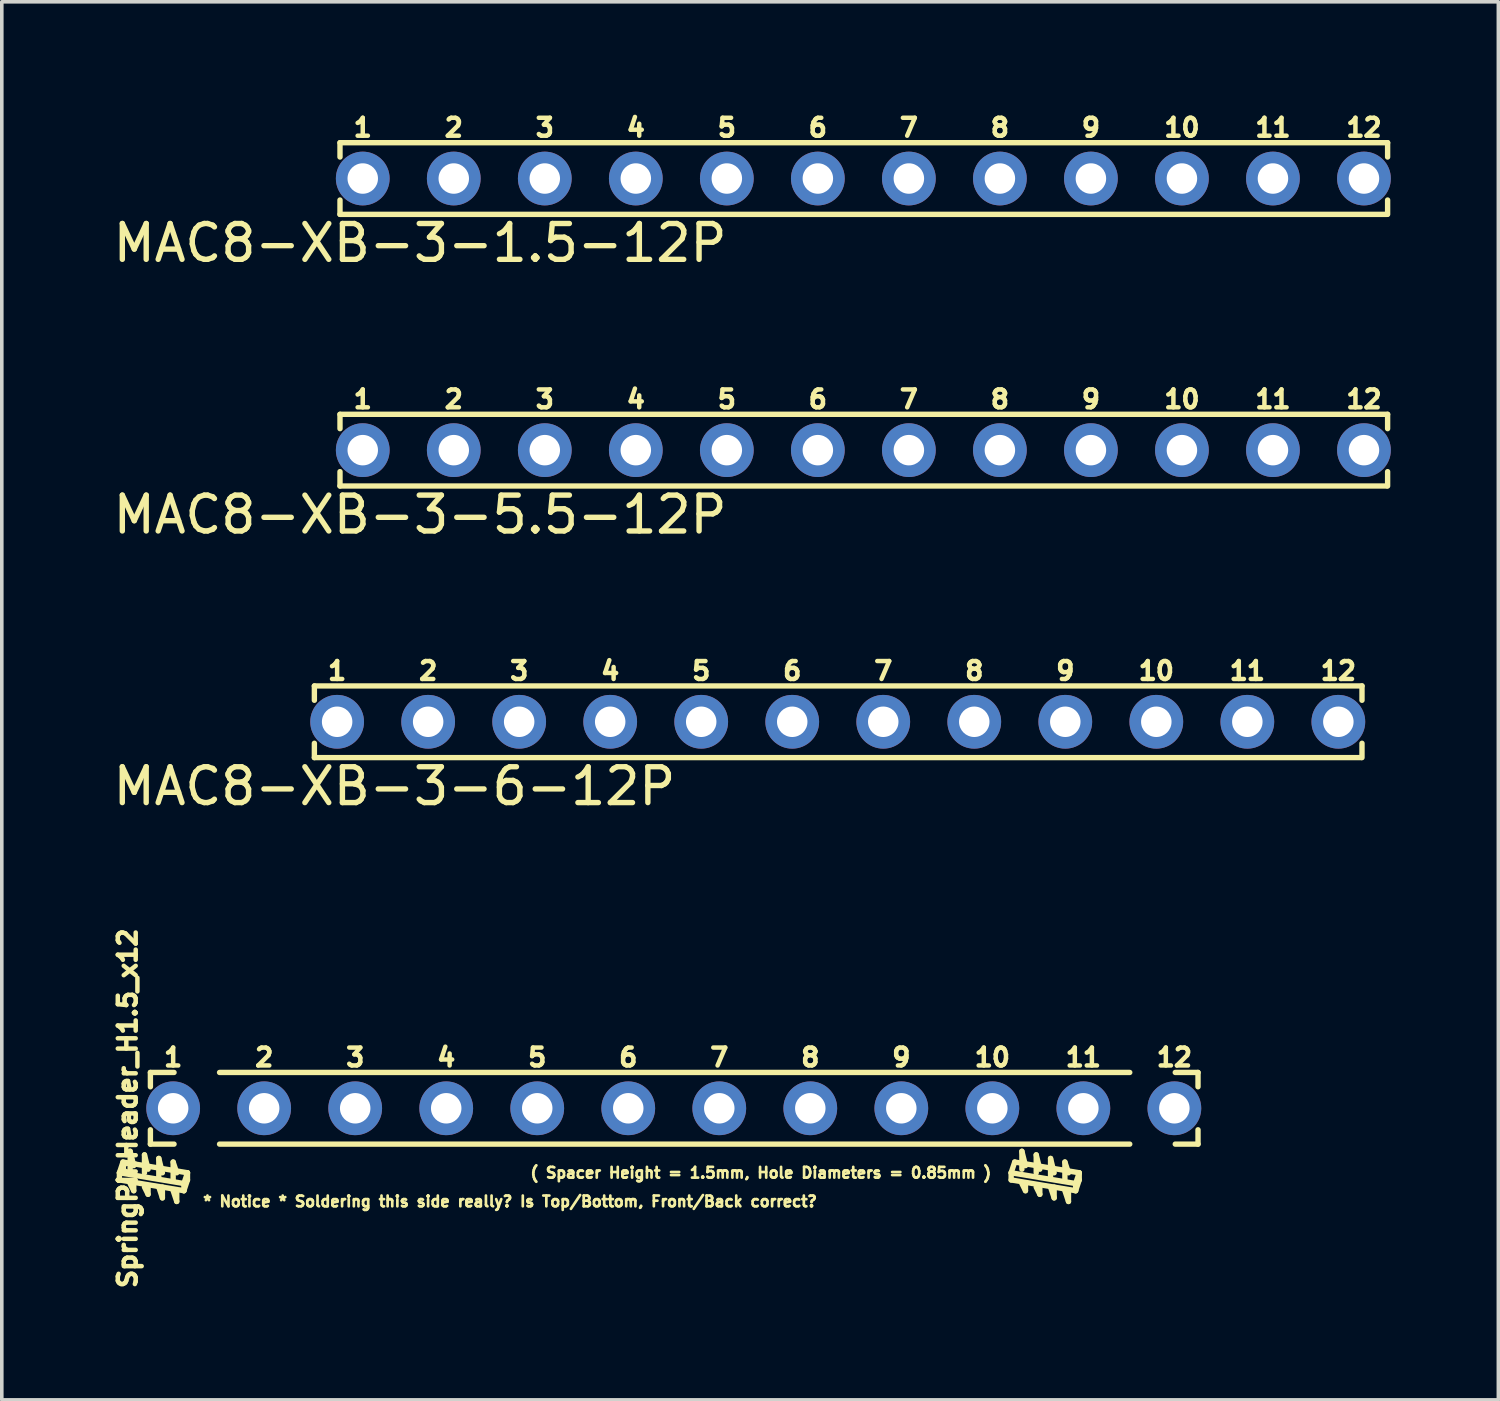
<source format=kicad_pcb>
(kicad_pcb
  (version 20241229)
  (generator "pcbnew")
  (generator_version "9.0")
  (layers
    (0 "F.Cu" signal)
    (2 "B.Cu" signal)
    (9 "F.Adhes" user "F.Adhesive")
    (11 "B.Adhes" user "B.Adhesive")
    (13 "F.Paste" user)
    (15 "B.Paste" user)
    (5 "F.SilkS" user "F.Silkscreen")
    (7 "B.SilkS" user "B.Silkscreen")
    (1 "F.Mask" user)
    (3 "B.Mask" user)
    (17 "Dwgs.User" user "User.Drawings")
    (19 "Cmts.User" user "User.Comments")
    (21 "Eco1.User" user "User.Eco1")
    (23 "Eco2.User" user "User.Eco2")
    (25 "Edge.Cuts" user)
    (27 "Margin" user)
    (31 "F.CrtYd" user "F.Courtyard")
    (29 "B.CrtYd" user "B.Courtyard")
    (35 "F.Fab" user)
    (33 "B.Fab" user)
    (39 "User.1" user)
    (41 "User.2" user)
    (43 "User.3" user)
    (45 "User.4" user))
  (footprint "SpringPinHeader_H1.5_x12"
    (layer "F.Cu")
    (at 1.782 27.878)
    (property "Reference" "SpringPinHeader_H1.5_x12" (at -1.27 0 90) (layer "F.SilkS") (effects (font (size 0.5 0.5) (thickness 0.125))))
    (attr through_hole)
    (fp_line (start -1.5 1.8) (end -1.5 2) (stroke (width 0.15) (type solid)) (layer "F.SilkS"))
    (fp_line (start -1.5 1.8) (end 0.3 2.1) (stroke (width 0.15) (type solid)) (layer "F.SilkS"))
    (fp_line (start -1.5 2) (end 0.3 2.3) (stroke (width 0.15) (type solid)) (layer "F.SilkS"))
    (fp_line (start -1.4 1.5) (end -1.5 1.8) (stroke (width 0.15) (type solid)) (layer "F.SilkS"))
    (fp_line (start -1.2 1.2) (end -1.1 1.6) (stroke (width 0.15) (type solid)) (layer "F.SilkS"))
    (fp_line (start -1.2 1.7) (end -1.2 1.2) (stroke (width 0.15) (type solid)) (layer "F.SilkS"))
    (fp_line (start -1.2 2.1) (end -1.1 2.3) (stroke (width 0.15) (type solid)) (layer "F.SilkS"))
    (fp_line (start -1.1 2.3) (end -1.1 2.1) (stroke (width 0.15) (type solid)) (layer "F.SilkS"))
    (fp_line (start -0.8 1.3) (end -0.7 1.7) (stroke (width 0.15) (type solid)) (layer "F.SilkS"))
    (fp_line (start -0.8 1.8) (end -0.8 1.3) (stroke (width 0.15) (type solid)) (layer "F.SilkS"))
    (fp_line (start -0.8 2.2) (end -0.7 2.4) (stroke (width 0.15) (type solid)) (layer "F.SilkS"))
    (fp_line (start -0.7 2.4) (end -0.7 2.2) (stroke (width 0.15) (type solid)) (layer "F.SilkS"))
    (fp_line (start -0.635 -1) (end -0.635 -0.6) (stroke (width 0.15) (type solid)) (layer "F.SilkS"))
    (fp_line (start -0.635 -1) (end 0.025 -1) (stroke (width 0.15) (type solid)) (layer "F.SilkS"))
    (fp_line (start -0.635 1) (end -0.635 0.6) (stroke (width 0.15) (type solid)) (layer "F.SilkS"))
    (fp_line (start -0.635 1) (end 0.025 1) (stroke (width 0.15) (type solid)) (layer "F.SilkS"))
    (fp_line (start -0.4 1.4) (end -0.3 1.8) (stroke (width 0.15) (type solid)) (layer "F.SilkS"))
    (fp_line (start -0.4 1.9) (end -0.4 1.4) (stroke (width 0.15) (type solid)) (layer "F.SilkS"))
    (fp_line (start -0.4 2.2) (end -0.3 2.5) (stroke (width 0.15) (type solid)) (layer "F.SilkS"))
    (fp_line (start -0.3 2.5) (end -0.3 2.2) (stroke (width 0.15) (type solid)) (layer "F.SilkS"))
    (fp_line (start 0 1.5) (end 0.1 1.8) (stroke (width 0.15) (type solid)) (layer "F.SilkS"))
    (fp_line (start 0 2) (end 0 1.5) (stroke (width 0.15) (type solid)) (layer "F.SilkS"))
    (fp_line (start 0 2.3) (end 0.1 2.6) (stroke (width 0.15) (type solid)) (layer "F.SilkS"))
    (fp_line (start 0.1 2.6) (end 0.1 2.3) (stroke (width 0.15) (type solid)) (layer "F.SilkS"))
    (fp_line (start 0.3 2.1) (end 0.4 1.8) (stroke (width 0.15) (type solid)) (layer "F.SilkS"))
    (fp_line (start 0.3 2.3) (end 0.3 2.1) (stroke (width 0.15) (type solid)) (layer "F.SilkS"))
    (fp_line (start 0.4 1.8) (end -1.4 1.5) (stroke (width 0.15) (type solid)) (layer "F.SilkS"))
    (fp_line (start 0.4 1.8) (end 0.4 2) (stroke (width 0.15) (type solid)) (layer "F.SilkS"))
    (fp_line (start 0.4 2) (end 0.3 2.3) (stroke (width 0.15) (type solid)) (layer "F.SilkS"))
    (fp_line (start 1.295 -1) (end 26.695 -1) (stroke (width 0.15) (type solid)) (layer "F.SilkS"))
    (fp_line (start 23.385 1.8) (end 23.385 2) (stroke (width 0.15) (type solid)) (layer "F.SilkS"))
    (fp_line (start 23.385 1.8) (end 25.185 2.1) (stroke (width 0.15) (type solid)) (layer "F.SilkS"))
    (fp_line (start 23.385 2) (end 25.185 2.3) (stroke (width 0.15) (type solid)) (layer "F.SilkS"))
    (fp_line (start 23.485 1.5) (end 23.385 1.8) (stroke (width 0.15) (type solid)) (layer "F.SilkS"))
    (fp_line (start 23.685 1.2) (end 23.785 1.6) (stroke (width 0.15) (type solid)) (layer "F.SilkS"))
    (fp_line (start 23.685 1.7) (end 23.685 1.2) (stroke (width 0.15) (type solid)) (layer "F.SilkS"))
    (fp_line (start 23.685 2.1) (end 23.785 2.3) (stroke (width 0.15) (type solid)) (layer "F.SilkS"))
    (fp_line (start 23.785 2.3) (end 23.785 2.1) (stroke (width 0.15) (type solid)) (layer "F.SilkS"))
    (fp_line (start 24.085 1.3) (end 24.185 1.7) (stroke (width 0.15) (type solid)) (layer "F.SilkS"))
    (fp_line (start 24.085 1.8) (end 24.085 1.3) (stroke (width 0.15) (type solid)) (layer "F.SilkS"))
    (fp_line (start 24.085 2.2) (end 24.185 2.4) (stroke (width 0.15) (type solid)) (layer "F.SilkS"))
    (fp_line (start 24.185 2.4) (end 24.185 2.2) (stroke (width 0.15) (type solid)) (layer "F.SilkS"))
    (fp_line (start 24.485 1.4) (end 24.585 1.8) (stroke (width 0.15) (type solid)) (layer "F.SilkS"))
    (fp_line (start 24.485 1.9) (end 24.485 1.4) (stroke (width 0.15) (type solid)) (layer "F.SilkS"))
    (fp_line (start 24.485 2.2) (end 24.585 2.5) (stroke (width 0.15) (type solid)) (layer "F.SilkS"))
    (fp_line (start 24.585 2.5) (end 24.585 2.2) (stroke (width 0.15) (type solid)) (layer "F.SilkS"))
    (fp_line (start 24.885 1.5) (end 24.985 1.8) (stroke (width 0.15) (type solid)) (layer "F.SilkS"))
    (fp_line (start 24.885 2) (end 24.885 1.5) (stroke (width 0.15) (type solid)) (layer "F.SilkS"))
    (fp_line (start 24.885 2.3) (end 24.985 2.6) (stroke (width 0.15) (type solid)) (layer "F.SilkS"))
    (fp_line (start 24.985 2.6) (end 24.985 2.3) (stroke (width 0.15) (type solid)) (layer "F.SilkS"))
    (fp_line (start 25.185 2.1) (end 25.285 1.8) (stroke (width 0.15) (type solid)) (layer "F.SilkS"))
    (fp_line (start 25.185 2.3) (end 25.185 2.1) (stroke (width 0.15) (type solid)) (layer "F.SilkS"))
    (fp_line (start 25.285 1.8) (end 23.485 1.5) (stroke (width 0.15) (type solid)) (layer "F.SilkS"))
    (fp_line (start 25.285 1.8) (end 25.285 2) (stroke (width 0.15) (type solid)) (layer "F.SilkS"))
    (fp_line (start 25.285 2) (end 25.185 2.3) (stroke (width 0.15) (type solid)) (layer "F.SilkS"))
    (fp_line (start 26.695 1) (end 1.295 1) (stroke (width 0.15) (type solid)) (layer "F.SilkS"))
    (fp_line (start 28.6 -1) (end 27.965 -1) (stroke (width 0.15) (type solid)) (layer "F.SilkS"))
    (fp_line (start 28.6 -1) (end 28.6 -0.6) (stroke (width 0.15) (type solid)) (layer "F.SilkS"))
    (fp_line (start 28.6 0.6) (end 28.6 1) (stroke (width 0.15) (type solid)) (layer "F.SilkS"))
    (fp_line (start 28.6 1) (end 27.965 1) (stroke (width 0.15) (type solid)) (layer "F.SilkS"))
    (fp_text user "( Spacer Height = 1.5mm, Hole Diameters = 0.85mm )" (at 16.4 1.8 0) (layer "F.SilkS") (effects (font (size 0.3 0.3) (thickness 0.075))))
    (fp_text user "5" (at 10.16 -1.42 0) (layer "F.SilkS") (effects (font (size 0.5 0.5) (thickness 0.125))))
    (fp_text user "4" (at 7.62 -1.42 0) (layer "F.SilkS") (effects (font (size 0.5 0.5) (thickness 0.125))))
    (fp_text user "2" (at 2.54 -1.42 0) (layer "F.SilkS") (effects (font (size 0.5 0.5) (thickness 0.125))))
    (fp_text user "* Notice * Soldering this side really? Is Top/Bottom, Front/Back correct?" (at 9.4 2.6 0) (layer "F.SilkS") (effects (font (size 0.3 0.3) (thickness 0.075))))
    (fp_text user "6" (at 12.7 -1.42 0) (layer "F.SilkS") (effects (font (size 0.5 0.5) (thickness 0.125))))
    (fp_text user "12" (at 27.94 -1.42 0) (layer "F.SilkS") (effects (font (size 0.5 0.5) (thickness 0.125))))
    (fp_text user "8" (at 17.78 -1.42 0) (layer "F.SilkS") (effects (font (size 0.5 0.5) (thickness 0.125))))
    (fp_text user "7" (at 15.24 -1.42 0) (layer "F.SilkS") (effects (font (size 0.5 0.5) (thickness 0.125))))
    (fp_text user "9" (at 20.32 -1.42 0) (layer "F.SilkS") (effects (font (size 0.5 0.5) (thickness 0.125))))
    (fp_text user "3" (at 5.08 -1.42 0) (layer "F.SilkS") (effects (font (size 0.5 0.5) (thickness 0.125))))
    (fp_text user "1" (at 0 -1.42 0) (layer "F.SilkS") (effects (font (size 0.5 0.5) (thickness 0.125))))
    (fp_text user "10" (at 22.86 -1.42 0) (layer "F.SilkS") (effects (font (size 0.5 0.5) (thickness 0.125))))
    (fp_text user "11" (at 25.4 -1.42 0) (layer "F.SilkS") (effects (font (size 0.5 0.5) (thickness 0.125))))
    (pad "1" thru_hole circle (at 0 0 90) (size 1.5 1.5) (drill 0.85) (layers "*.Cu" "*.Mask"))
    (pad "2" thru_hole circle (at 2.54 0) (size 1.5 1.5) (drill 0.85) (layers "*.Cu" "*.Mask"))
    (pad "3" thru_hole circle (at 5.08 0) (size 1.5 1.5) (drill 0.85) (layers "*.Cu" "*.Mask"))
    (pad "4" thru_hole circle (at 7.62 0) (size 1.5 1.5) (drill 0.85) (layers "*.Cu" "*.Mask"))
    (pad "5" thru_hole circle (at 10.16 0) (size 1.5 1.5) (drill 0.85) (layers "*.Cu" "*.Mask"))
    (pad "6" thru_hole circle (at 12.7 0) (size 1.5 1.5) (drill 0.85) (layers "*.Cu" "*.Mask"))
    (pad "7" thru_hole circle (at 15.24 0) (size 1.5 1.5) (drill 0.85) (layers "*.Cu" "*.Mask"))
    (pad "8" thru_hole circle (at 17.78 0) (size 1.5 1.5) (drill 0.85) (layers "*.Cu" "*.Mask"))
    (pad "9" thru_hole circle (at 20.32 0) (size 1.5 1.5) (drill 0.85) (layers "*.Cu" "*.Mask"))
    (pad "10" thru_hole circle (at 22.86 0) (size 1.5 1.5) (drill 0.85) (layers "*.Cu" "*.Mask"))
    (pad "11" thru_hole circle (at 25.4 0) (size 1.5 1.5) (drill 0.85) (layers "*.Cu" "*.Mask"))
    (pad "12" thru_hole circle (at 27.94 0) (size 1.5 1.5) (drill 0.85) (layers "*.Cu" "*.Mask")))
  (footprint "MAC8-XB-3-6-12P"
    (layer "F.Cu")
    (at 6.358 17.092)
    (property "Reference" "MAC8-XB-3-6-12P" (at 1.6 1.8 0) (layer "F.SilkS") (effects (font (size 1 1) (thickness 0.15))))
    (attr through_hole)
    (fp_line (start -0.635 -1) (end -0.635 -0.6) (stroke (width 0.15) (type solid)) (layer "F.SilkS"))
    (fp_line (start -0.635 -1) (end 28.6 -1) (stroke (width 0.15) (type solid)) (layer "F.SilkS"))
    (fp_line (start -0.635 1) (end -0.635 0.6) (stroke (width 0.15) (type solid)) (layer "F.SilkS"))
    (fp_line (start -0.635 1) (end 28.575 1) (stroke (width 0.15) (type solid)) (layer "F.SilkS"))
    (fp_line (start 28.6 -1) (end 28.6 -0.6) (stroke (width 0.15) (type solid)) (layer "F.SilkS"))
    (fp_line (start 28.6 0.6) (end 28.6 1) (stroke (width 0.15) (type solid)) (layer "F.SilkS"))
    (fp_text user "8" (at 17.78 -1.42 0) (layer "F.SilkS") (effects (font (size 0.5 0.5) (thickness 0.125))))
    (fp_text user "12" (at 27.94 -1.42 0) (layer "F.SilkS") (effects (font (size 0.5 0.5) (thickness 0.125))))
    (fp_text user "10" (at 22.86 -1.42 0) (layer "F.SilkS") (effects (font (size 0.5 0.5) (thickness 0.125))))
    (fp_text user "6" (at 12.7 -1.42 0) (layer "F.SilkS") (effects (font (size 0.5 0.5) (thickness 0.125))))
    (fp_text user "3" (at 5.08 -1.42 0) (layer "F.SilkS") (effects (font (size 0.5 0.5) (thickness 0.125))))
    (fp_text user "1" (at 0 -1.42 0) (layer "F.SilkS") (effects (font (size 0.5 0.5) (thickness 0.125))))
    (fp_text user "11" (at 25.4 -1.42 0) (layer "F.SilkS") (effects (font (size 0.5 0.5) (thickness 0.125))))
    (fp_text user "4" (at 7.62 -1.42 0) (layer "F.SilkS") (effects (font (size 0.5 0.5) (thickness 0.125))))
    (fp_text user "9" (at 20.32 -1.42 0) (layer "F.SilkS") (effects (font (size 0.5 0.5) (thickness 0.125))))
    (fp_text user "5" (at 10.16 -1.42 0) (layer "F.SilkS") (effects (font (size 0.5 0.5) (thickness 0.125))))
    (fp_text user "2" (at 2.54 -1.42 0) (layer "F.SilkS") (effects (font (size 0.5 0.5) (thickness 0.125))))
    (fp_text user "7" (at 15.24 -1.42 0) (layer "F.SilkS") (effects (font (size 0.5 0.5) (thickness 0.125))))
    (pad "1" thru_hole circle (at 0 0 90) (size 1.5 1.5) (drill 0.85) (layers "*.Cu" "*.Mask"))
    (pad "2" thru_hole circle (at 2.54 0) (size 1.5 1.5) (drill 0.85) (layers "*.Cu" "*.Mask"))
    (pad "3" thru_hole circle (at 5.08 0) (size 1.5 1.5) (drill 0.85) (layers "*.Cu" "*.Mask"))
    (pad "4" thru_hole circle (at 7.62 0) (size 1.5 1.5) (drill 0.85) (layers "*.Cu" "*.Mask"))
    (pad "5" thru_hole circle (at 10.16 0) (size 1.5 1.5) (drill 0.85) (layers "*.Cu" "*.Mask"))
    (pad "6" thru_hole circle (at 12.7 0) (size 1.5 1.5) (drill 0.85) (layers "*.Cu" "*.Mask"))
    (pad "7" thru_hole circle (at 15.24 0) (size 1.5 1.5) (drill 0.85) (layers "*.Cu" "*.Mask"))
    (pad "8" thru_hole circle (at 17.78 0) (size 1.5 1.5) (drill 0.85) (layers "*.Cu" "*.Mask"))
    (pad "9" thru_hole circle (at 20.32 0) (size 1.5 1.5) (drill 0.85) (layers "*.Cu" "*.Mask"))
    (pad "10" thru_hole circle (at 22.86 0) (size 1.5 1.5) (drill 0.85) (layers "*.Cu" "*.Mask"))
    (pad "11" thru_hole circle (at 25.4 0) (size 1.5 1.5) (drill 0.85) (layers "*.Cu" "*.Mask"))
    (pad "12" thru_hole circle (at 27.94 0) (size 1.5 1.5) (drill 0.85) (layers "*.Cu" "*.Mask")))
  (footprint "MAC8-XB-3-5.5-12P"
    (layer "F.Cu")
    (at 7.073 9.512)
    (property "Reference" "MAC8-XB-3-5.5-12P" (at 1.6 1.8 0) (layer "F.SilkS") (effects (font (size 1 1) (thickness 0.15))))
    (attr through_hole)
    (fp_line (start -0.635 -1) (end -0.635 -0.6) (stroke (width 0.15) (type solid)) (layer "F.SilkS"))
    (fp_line (start -0.635 -1) (end 28.6 -1) (stroke (width 0.15) (type solid)) (layer "F.SilkS"))
    (fp_line (start -0.635 1) (end -0.635 0.6) (stroke (width 0.15) (type solid)) (layer "F.SilkS"))
    (fp_line (start -0.635 1) (end 28.575 1) (stroke (width 0.15) (type solid)) (layer "F.SilkS"))
    (fp_line (start 28.6 -1) (end 28.6 -0.6) (stroke (width 0.15) (type solid)) (layer "F.SilkS"))
    (fp_line (start 28.6 0.6) (end 28.6 1) (stroke (width 0.15) (type solid)) (layer "F.SilkS"))
    (fp_text user "11" (at 25.4 -1.42 0) (layer "F.SilkS") (effects (font (size 0.5 0.5) (thickness 0.125))))
    (fp_text user "2" (at 2.54 -1.42 0) (layer "F.SilkS") (effects (font (size 0.5 0.5) (thickness 0.125))))
    (fp_text user "8" (at 17.78 -1.42 0) (layer "F.SilkS") (effects (font (size 0.5 0.5) (thickness 0.125))))
    (fp_text user "7" (at 15.24 -1.42 0) (layer "F.SilkS") (effects (font (size 0.5 0.5) (thickness 0.125))))
    (fp_text user "12" (at 27.94 -1.42 0) (layer "F.SilkS") (effects (font (size 0.5 0.5) (thickness 0.125))))
    (fp_text user "6" (at 12.7 -1.42 0) (layer "F.SilkS") (effects (font (size 0.5 0.5) (thickness 0.125))))
    (fp_text user "1" (at 0 -1.42 0) (layer "F.SilkS") (effects (font (size 0.5 0.5) (thickness 0.125))))
    (fp_text user "5" (at 10.16 -1.42 0) (layer "F.SilkS") (effects (font (size 0.5 0.5) (thickness 0.125))))
    (fp_text user "10" (at 22.86 -1.42 0) (layer "F.SilkS") (effects (font (size 0.5 0.5) (thickness 0.125))))
    (fp_text user "9" (at 20.32 -1.42 0) (layer "F.SilkS") (effects (font (size 0.5 0.5) (thickness 0.125))))
    (fp_text user "4" (at 7.62 -1.42 0) (layer "F.SilkS") (effects (font (size 0.5 0.5) (thickness 0.125))))
    (fp_text user "3" (at 5.08 -1.42 0) (layer "F.SilkS") (effects (font (size 0.5 0.5) (thickness 0.125))))
    (pad "1" thru_hole circle (at 0 0 90) (size 1.5 1.5) (drill 0.85) (layers "*.Cu" "*.Mask"))
    (pad "2" thru_hole circle (at 2.54 0) (size 1.5 1.5) (drill 0.85) (layers "*.Cu" "*.Mask"))
    (pad "3" thru_hole circle (at 5.08 0) (size 1.5 1.5) (drill 0.85) (layers "*.Cu" "*.Mask"))
    (pad "4" thru_hole circle (at 7.62 0) (size 1.5 1.5) (drill 0.85) (layers "*.Cu" "*.Mask"))
    (pad "5" thru_hole circle (at 10.16 0) (size 1.5 1.5) (drill 0.85) (layers "*.Cu" "*.Mask"))
    (pad "6" thru_hole circle (at 12.7 0) (size 1.5 1.5) (drill 0.85) (layers "*.Cu" "*.Mask"))
    (pad "7" thru_hole circle (at 15.24 0) (size 1.5 1.5) (drill 0.85) (layers "*.Cu" "*.Mask"))
    (pad "8" thru_hole circle (at 17.78 0) (size 1.5 1.5) (drill 0.85) (layers "*.Cu" "*.Mask"))
    (pad "9" thru_hole circle (at 20.32 0) (size 1.5 1.5) (drill 0.85) (layers "*.Cu" "*.Mask"))
    (pad "10" thru_hole circle (at 22.86 0) (size 1.5 1.5) (drill 0.85) (layers "*.Cu" "*.Mask"))
    (pad "11" thru_hole circle (at 25.4 0) (size 1.5 1.5) (drill 0.85) (layers "*.Cu" "*.Mask"))
    (pad "12" thru_hole circle (at 27.94 0) (size 1.5 1.5) (drill 0.85) (layers "*.Cu" "*.Mask")))
  (footprint "MAC8-XB-3-1.5-12P"
    (layer "F.Cu")
    (at 7.073 1.932)
    (property "Reference" "MAC8-XB-3-1.5-12P" (at 1.6 1.8 0) (layer "F.SilkS") (effects (font (size 1 1) (thickness 0.15))))
    (attr through_hole)
    (fp_line (start -0.635 -1) (end -0.635 -0.6) (stroke (width 0.15) (type solid)) (layer "F.SilkS"))
    (fp_line (start -0.635 -1) (end 28.6 -1) (stroke (width 0.15) (type solid)) (layer "F.SilkS"))
    (fp_line (start -0.635 1) (end -0.635 0.6) (stroke (width 0.15) (type solid)) (layer "F.SilkS"))
    (fp_line (start -0.635 1) (end 28.575 1) (stroke (width 0.15) (type solid)) (layer "F.SilkS"))
    (fp_line (start 28.6 -1) (end 28.6 -0.6) (stroke (width 0.15) (type solid)) (layer "F.SilkS"))
    (fp_line (start 28.6 0.6) (end 28.6 1) (stroke (width 0.15) (type solid)) (layer "F.SilkS"))
    (fp_text user "1" (at 0 -1.42 0) (layer "F.SilkS") (effects (font (size 0.5 0.5) (thickness 0.125))))
    (fp_text user "5" (at 10.16 -1.42 0) (layer "F.SilkS") (effects (font (size 0.5 0.5) (thickness 0.125))))
    (fp_text user "6" (at 12.7 -1.42 0) (layer "F.SilkS") (effects (font (size 0.5 0.5) (thickness 0.125))))
    (fp_text user "11" (at 25.4 -1.42 0) (layer "F.SilkS") (effects (font (size 0.5 0.5) (thickness 0.125))))
    (fp_text user "7" (at 15.24 -1.42 0) (layer "F.SilkS") (effects (font (size 0.5 0.5) (thickness 0.125))))
    (fp_text user "12" (at 27.94 -1.42 0) (layer "F.SilkS") (effects (font (size 0.5 0.5) (thickness 0.125))))
    (fp_text user "2" (at 2.54 -1.42 0) (layer "F.SilkS") (effects (font (size 0.5 0.5) (thickness 0.125))))
    (fp_text user "8" (at 17.78 -1.42 0) (layer "F.SilkS") (effects (font (size 0.5 0.5) (thickness 0.125))))
    (fp_text user "3" (at 5.08 -1.42 0) (layer "F.SilkS") (effects (font (size 0.5 0.5) (thickness 0.125))))
    (fp_text user "4" (at 7.62 -1.42 0) (layer "F.SilkS") (effects (font (size 0.5 0.5) (thickness 0.125))))
    (fp_text user "10" (at 22.86 -1.42 0) (layer "F.SilkS") (effects (font (size 0.5 0.5) (thickness 0.125))))
    (fp_text user "9" (at 20.32 -1.42 0) (layer "F.SilkS") (effects (font (size 0.5 0.5) (thickness 0.125))))
    (pad "1" thru_hole circle (at 0 0 90) (size 1.5 1.5) (drill 0.85) (layers "*.Cu" "*.Mask"))
    (pad "2" thru_hole circle (at 2.54 0) (size 1.5 1.5) (drill 0.85) (layers "*.Cu" "*.Mask"))
    (pad "3" thru_hole circle (at 5.08 0) (size 1.5 1.5) (drill 0.85) (layers "*.Cu" "*.Mask"))
    (pad "4" thru_hole circle (at 7.62 0) (size 1.5 1.5) (drill 0.85) (layers "*.Cu" "*.Mask"))
    (pad "5" thru_hole circle (at 10.16 0) (size 1.5 1.5) (drill 0.85) (layers "*.Cu" "*.Mask"))
    (pad "6" thru_hole circle (at 12.7 0) (size 1.5 1.5) (drill 0.85) (layers "*.Cu" "*.Mask"))
    (pad "7" thru_hole circle (at 15.24 0) (size 1.5 1.5) (drill 0.85) (layers "*.Cu" "*.Mask"))
    (pad "8" thru_hole circle (at 17.78 0) (size 1.5 1.5) (drill 0.85) (layers "*.Cu" "*.Mask"))
    (pad "9" thru_hole circle (at 20.32 0) (size 1.5 1.5) (drill 0.85) (layers "*.Cu" "*.Mask"))
    (pad "10" thru_hole circle (at 22.86 0) (size 1.5 1.5) (drill 0.85) (layers "*.Cu" "*.Mask"))
    (pad "11" thru_hole circle (at 25.4 0) (size 1.5 1.5) (drill 0.85) (layers "*.Cu" "*.Mask"))
    (pad "12" thru_hole circle (at 27.94 0) (size 1.5 1.5) (drill 0.85) (layers "*.Cu" "*.Mask")))
  (gr_rect
    (start -3 -3)
    (end 38.763 36.015)
    (stroke (width 0.1) (type default))
    (fill no)
    (layer "Edge.Cuts")))
</source>
